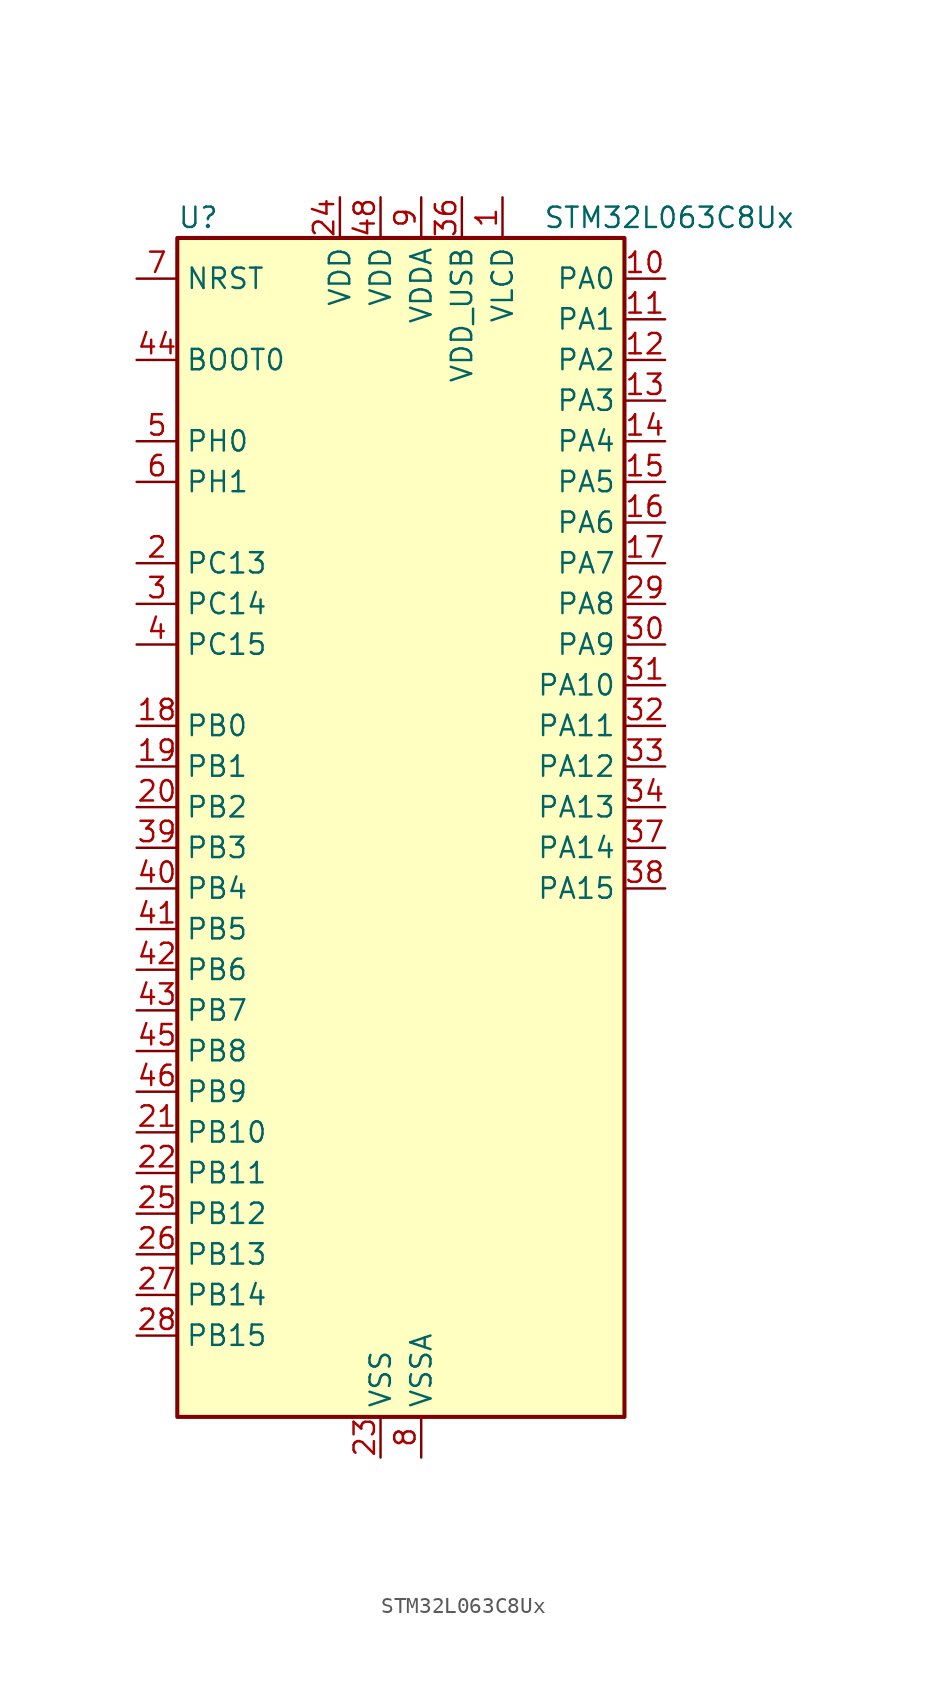
<source format=kicad_sym>
(kicad_symbol_lib
  (version 20220914)
  (generator kicad_symbol_editor)
  (symbol "STM32L063C8Ux"
    (property "Reference" "U"
      (at -12.7 39.37 0)
      (effects (font (size 1.27 1.27)) (justify left)))
    (property "Value" "STM32L063C8Ux"
      (at 10.16 39.37 0)
      (effects (font (size 1.27 1.27)) (justify left)))
    (property "ki_locked" ""
      (at 0 0 0)
      (effects (font (size 1.27 1.27))))
    (symbol "STM32L063C8Ux_0_1"
      (rectangle (start -12.7 -35.56) (end 15.24 38.1) (stroke (width 0.254) (type default)) (fill (type background))))
    (symbol "STM32L063C8Ux_1_1"
      (pin power_in line (at 7.62 40.64 270) (length 2.54) (name "VLCD" (effects (font (size 1.27 1.27)))) (number "1" (effects (font (size 1.27 1.27)))))
      (pin bidirectional line (at 17.78 35.56 180) (length 2.54) (name "PA0" (effects (font (size 1.27 1.27)))) (number "10" (effects (font (size 1.27 1.27)))) (alternate "ADC_IN0" bidirectional line) (alternate "COMP1_INM" bidirectional line) (alternate "COMP1_OUT" bidirectional line) (alternate "RTC_TAMP2" bidirectional line) (alternate "SYS_WKUP1" bidirectional line) (alternate "TIM2_CH1" bidirectional line) (alternate "TIM2_ETR" bidirectional line) (alternate "TSC_G1_IO1" bidirectional line) (alternate "USART2_CTS" bidirectional line))
      (pin bidirectional line (at 17.78 33.02 180) (length 2.54) (name "PA1" (effects (font (size 1.27 1.27)))) (number "11" (effects (font (size 1.27 1.27)))) (alternate "ADC_IN1" bidirectional line) (alternate "COMP1_INP" bidirectional line) (alternate "LCD_SEG0" bidirectional line) (alternate "TIM21_ETR" bidirectional line) (alternate "TIM2_CH2" bidirectional line) (alternate "TSC_G1_IO2" bidirectional line) (alternate "USART2_DE" bidirectional line) (alternate "USART2_RTS" bidirectional line))
      (pin bidirectional line (at 17.78 30.48 180) (length 2.54) (name "PA2" (effects (font (size 1.27 1.27)))) (number "12" (effects (font (size 1.27 1.27)))) (alternate "ADC_IN2" bidirectional line) (alternate "COMP2_INM" bidirectional line) (alternate "COMP2_OUT" bidirectional line) (alternate "LCD_SEG1" bidirectional line) (alternate "TIM21_CH1" bidirectional line) (alternate "TIM2_CH3" bidirectional line) (alternate "TSC_G1_IO3" bidirectional line) (alternate "USART2_TX" bidirectional line))
      (pin bidirectional line (at 17.78 27.94 180) (length 2.54) (name "PA3" (effects (font (size 1.27 1.27)))) (number "13" (effects (font (size 1.27 1.27)))) (alternate "ADC_IN3" bidirectional line) (alternate "COMP2_INP" bidirectional line) (alternate "LCD_SEG2" bidirectional line) (alternate "TIM21_CH2" bidirectional line) (alternate "TIM2_CH4" bidirectional line) (alternate "TSC_G1_IO4" bidirectional line) (alternate "USART2_RX" bidirectional line))
      (pin bidirectional line (at 17.78 25.4 180) (length 2.54) (name "PA4" (effects (font (size 1.27 1.27)))) (number "14" (effects (font (size 1.27 1.27)))) (alternate "ADC_IN4" bidirectional line) (alternate "COMP1_INM" bidirectional line) (alternate "COMP2_INM" bidirectional line) (alternate "DAC_OUT1" bidirectional line) (alternate "SPI1_NSS" bidirectional line) (alternate "TIM22_ETR" bidirectional line) (alternate "TSC_G2_IO1" bidirectional line) (alternate "USART2_CK" bidirectional line))
      (pin bidirectional line (at 17.78 22.86 180) (length 2.54) (name "PA5" (effects (font (size 1.27 1.27)))) (number "15" (effects (font (size 1.27 1.27)))) (alternate "ADC_IN5" bidirectional line) (alternate "COMP1_INM" bidirectional line) (alternate "COMP2_INM" bidirectional line) (alternate "SPI1_SCK" bidirectional line) (alternate "TIM2_CH1" bidirectional line) (alternate "TIM2_ETR" bidirectional line) (alternate "TSC_G2_IO2" bidirectional line))
      (pin bidirectional line (at 17.78 20.32 180) (length 2.54) (name "PA6" (effects (font (size 1.27 1.27)))) (number "16" (effects (font (size 1.27 1.27)))) (alternate "ADC_IN6" bidirectional line) (alternate "COMP1_OUT" bidirectional line) (alternate "LCD_SEG3" bidirectional line) (alternate "LPUART1_CTS" bidirectional line) (alternate "SPI1_MISO" bidirectional line) (alternate "TIM22_CH1" bidirectional line) (alternate "TSC_G2_IO3" bidirectional line))
      (pin bidirectional line (at 17.78 17.78 180) (length 2.54) (name "PA7" (effects (font (size 1.27 1.27)))) (number "17" (effects (font (size 1.27 1.27)))) (alternate "ADC_IN7" bidirectional line) (alternate "COMP2_OUT" bidirectional line) (alternate "LCD_SEG4" bidirectional line) (alternate "SPI1_MOSI" bidirectional line) (alternate "TIM22_CH2" bidirectional line) (alternate "TSC_G2_IO4" bidirectional line))
      (pin bidirectional line (at -15.24 7.62 0) (length 2.54) (name "PB0" (effects (font (size 1.27 1.27)))) (number "18" (effects (font (size 1.27 1.27)))) (alternate "ADC_IN8" bidirectional line) (alternate "LCD_SEG5" bidirectional line) (alternate "LCD_VLCD3" bidirectional line) (alternate "SYS_VREF_OUT_PB0" bidirectional line) (alternate "TSC_G3_IO2" bidirectional line))
      (pin bidirectional line (at -15.24 5.08 0) (length 2.54) (name "PB1" (effects (font (size 1.27 1.27)))) (number "19" (effects (font (size 1.27 1.27)))) (alternate "ADC_IN9" bidirectional line) (alternate "LCD_SEG6" bidirectional line) (alternate "LPUART1_DE" bidirectional line) (alternate "LPUART1_RTS" bidirectional line) (alternate "SYS_VREF_OUT_PB1" bidirectional line) (alternate "TSC_G3_IO3" bidirectional line))
      (pin bidirectional line (at -15.24 17.78 0) (length 2.54) (name "PC13" (effects (font (size 1.27 1.27)))) (number "2" (effects (font (size 1.27 1.27)))) (alternate "RTC_OUT_ALARM" bidirectional line) (alternate "RTC_OUT_CALIB" bidirectional line) (alternate "RTC_TAMP1" bidirectional line) (alternate "RTC_TS" bidirectional line) (alternate "SYS_WKUP2" bidirectional line))
      (pin bidirectional line (at -15.24 2.54 0) (length 2.54) (name "PB2" (effects (font (size 1.27 1.27)))) (number "20" (effects (font (size 1.27 1.27)))) (alternate "LCD_VLCD1" bidirectional line) (alternate "LPTIM1_OUT" bidirectional line) (alternate "TSC_G3_IO4" bidirectional line))
      (pin bidirectional line (at -15.24 -17.78 0) (length 2.54) (name "PB10" (effects (font (size 1.27 1.27)))) (number "21" (effects (font (size 1.27 1.27)))) (alternate "I2C2_SCL" bidirectional line) (alternate "LCD_SEG10" bidirectional line) (alternate "LPUART1_TX" bidirectional line) (alternate "SPI2_SCK" bidirectional line) (alternate "TIM2_CH3" bidirectional line) (alternate "TSC_SYNC" bidirectional line))
      (pin bidirectional line (at -15.24 -20.32 0) (length 2.54) (name "PB11" (effects (font (size 1.27 1.27)))) (number "22" (effects (font (size 1.27 1.27)))) (alternate "ADC_EXTI11" bidirectional line) (alternate "I2C2_SDA" bidirectional line) (alternate "LCD_SEG11" bidirectional line) (alternate "LPUART1_RX" bidirectional line) (alternate "TIM2_CH4" bidirectional line) (alternate "TSC_G6_IO1" bidirectional line))
      (pin power_in line (at 0 -38.1 90) (length 2.54) (name "VSS" (effects (font (size 1.27 1.27)))) (number "23" (effects (font (size 1.27 1.27)))))
      (pin power_in line (at -2.54 40.64 270) (length 2.54) (name "VDD" (effects (font (size 1.27 1.27)))) (number "24" (effects (font (size 1.27 1.27)))))
      (pin bidirectional line (at -15.24 -22.86 0) (length 2.54) (name "PB12" (effects (font (size 1.27 1.27)))) (number "25" (effects (font (size 1.27 1.27)))) (alternate "I2S2_WS" bidirectional line) (alternate "LCD_SEG12" bidirectional line) (alternate "LCD_VLCD2" bidirectional line) (alternate "LPUART1_DE" bidirectional line) (alternate "LPUART1_RTS" bidirectional line) (alternate "SPI2_NSS" bidirectional line) (alternate "TSC_G6_IO2" bidirectional line))
      (pin bidirectional line (at -15.24 -25.4 0) (length 2.54) (name "PB13" (effects (font (size 1.27 1.27)))) (number "26" (effects (font (size 1.27 1.27)))) (alternate "I2C2_SCL" bidirectional line) (alternate "I2S2_CK" bidirectional line) (alternate "LCD_SEG13" bidirectional line) (alternate "LPUART1_CTS" bidirectional line) (alternate "SPI2_SCK" bidirectional line) (alternate "TIM21_CH1" bidirectional line) (alternate "TSC_G6_IO3" bidirectional line))
      (pin bidirectional line (at -15.24 -27.94 0) (length 2.54) (name "PB14" (effects (font (size 1.27 1.27)))) (number "27" (effects (font (size 1.27 1.27)))) (alternate "I2C2_SDA" bidirectional line) (alternate "I2S2_MCK" bidirectional line) (alternate "LCD_SEG14" bidirectional line) (alternate "LPUART1_DE" bidirectional line) (alternate "LPUART1_RTS" bidirectional line) (alternate "RTC_OUT_ALARM" bidirectional line) (alternate "RTC_OUT_CALIB" bidirectional line) (alternate "SPI2_MISO" bidirectional line) (alternate "TIM21_CH2" bidirectional line) (alternate "TSC_G6_IO4" bidirectional line))
      (pin bidirectional line (at -15.24 -30.48 0) (length 2.54) (name "PB15" (effects (font (size 1.27 1.27)))) (number "28" (effects (font (size 1.27 1.27)))) (alternate "I2S2_SD" bidirectional line) (alternate "LCD_SEG15" bidirectional line) (alternate "RTC_REFIN" bidirectional line) (alternate "SPI2_MOSI" bidirectional line))
      (pin bidirectional line (at 17.78 15.24 180) (length 2.54) (name "PA8" (effects (font (size 1.27 1.27)))) (number "29" (effects (font (size 1.27 1.27)))) (alternate "CRS_SYNC" bidirectional line) (alternate "LCD_COM0" bidirectional line) (alternate "RCC_MCO" bidirectional line) (alternate "USART1_CK" bidirectional line))
      (pin bidirectional line (at -15.24 15.24 0) (length 2.54) (name "PC14" (effects (font (size 1.27 1.27)))) (number "3" (effects (font (size 1.27 1.27)))) (alternate "RCC_OSC32_IN" bidirectional line))
      (pin bidirectional line (at 17.78 12.7 180) (length 2.54) (name "PA9" (effects (font (size 1.27 1.27)))) (number "30" (effects (font (size 1.27 1.27)))) (alternate "DAC_EXTI9" bidirectional line) (alternate "LCD_COM1" bidirectional line) (alternate "RCC_MCO" bidirectional line) (alternate "TSC_G4_IO1" bidirectional line) (alternate "USART1_TX" bidirectional line))
      (pin bidirectional line (at 17.78 10.16 180) (length 2.54) (name "PA10" (effects (font (size 1.27 1.27)))) (number "31" (effects (font (size 1.27 1.27)))) (alternate "LCD_COM2" bidirectional line) (alternate "TSC_G4_IO2" bidirectional line) (alternate "USART1_RX" bidirectional line))
      (pin bidirectional line (at 17.78 7.62 180) (length 2.54) (name "PA11" (effects (font (size 1.27 1.27)))) (number "32" (effects (font (size 1.27 1.27)))) (alternate "ADC_EXTI11" bidirectional line) (alternate "COMP1_OUT" bidirectional line) (alternate "SPI1_MISO" bidirectional line) (alternate "TSC_G4_IO3" bidirectional line) (alternate "USART1_CTS" bidirectional line) (alternate "USB_DM" bidirectional line))
      (pin bidirectional line (at 17.78 5.08 180) (length 2.54) (name "PA12" (effects (font (size 1.27 1.27)))) (number "33" (effects (font (size 1.27 1.27)))) (alternate "COMP2_OUT" bidirectional line) (alternate "SPI1_MOSI" bidirectional line) (alternate "TSC_G4_IO4" bidirectional line) (alternate "USART1_DE" bidirectional line) (alternate "USART1_RTS" bidirectional line) (alternate "USB_DP" bidirectional line))
      (pin bidirectional line (at 17.78 2.54 180) (length 2.54) (name "PA13" (effects (font (size 1.27 1.27)))) (number "34" (effects (font (size 1.27 1.27)))) (alternate "SYS_SWDIO" bidirectional line) (alternate "USB_NOE" bidirectional line))
      (pin passive line (at 0 -38.1 90) (length 2.54) hide (name "VSS" (effects (font (size 1.27 1.27)))) (number "35" (effects (font (size 1.27 1.27)))))
      (pin power_in line (at 5.08 40.64 270) (length 2.54) (name "VDD_USB" (effects (font (size 1.27 1.27)))) (number "36" (effects (font (size 1.27 1.27)))))
      (pin bidirectional line (at 17.78 0 180) (length 2.54) (name "PA14" (effects (font (size 1.27 1.27)))) (number "37" (effects (font (size 1.27 1.27)))) (alternate "SYS_SWCLK" bidirectional line) (alternate "USART2_TX" bidirectional line))
      (pin bidirectional line (at 17.78 -2.54 180) (length 2.54) (name "PA15" (effects (font (size 1.27 1.27)))) (number "38" (effects (font (size 1.27 1.27)))) (alternate "LCD_SEG17" bidirectional line) (alternate "SPI1_NSS" bidirectional line) (alternate "TIM2_CH1" bidirectional line) (alternate "TIM2_ETR" bidirectional line) (alternate "USART2_RX" bidirectional line))
      (pin bidirectional line (at -15.24 0 0) (length 2.54) (name "PB3" (effects (font (size 1.27 1.27)))) (number "39" (effects (font (size 1.27 1.27)))) (alternate "COMP2_INM" bidirectional line) (alternate "LCD_SEG7" bidirectional line) (alternate "SPI1_SCK" bidirectional line) (alternate "TIM2_CH2" bidirectional line) (alternate "TSC_G5_IO1" bidirectional line))
      (pin bidirectional line (at -15.24 12.7 0) (length 2.54) (name "PC15" (effects (font (size 1.27 1.27)))) (number "4" (effects (font (size 1.27 1.27)))) (alternate "RCC_OSC32_OUT" bidirectional line))
      (pin bidirectional line (at -15.24 -2.54 0) (length 2.54) (name "PB4" (effects (font (size 1.27 1.27)))) (number "40" (effects (font (size 1.27 1.27)))) (alternate "COMP2_INP" bidirectional line) (alternate "LCD_SEG8" bidirectional line) (alternate "SPI1_MISO" bidirectional line) (alternate "TIM22_CH1" bidirectional line) (alternate "TSC_G5_IO2" bidirectional line))
      (pin bidirectional line (at -15.24 -5.08 0) (length 2.54) (name "PB5" (effects (font (size 1.27 1.27)))) (number "41" (effects (font (size 1.27 1.27)))) (alternate "COMP2_INP" bidirectional line) (alternate "I2C1_SMBA" bidirectional line) (alternate "LCD_SEG9" bidirectional line) (alternate "LPTIM1_IN1" bidirectional line) (alternate "SPI1_MOSI" bidirectional line) (alternate "TIM22_CH2" bidirectional line))
      (pin bidirectional line (at -15.24 -7.62 0) (length 2.54) (name "PB6" (effects (font (size 1.27 1.27)))) (number "42" (effects (font (size 1.27 1.27)))) (alternate "COMP2_INP" bidirectional line) (alternate "I2C1_SCL" bidirectional line) (alternate "LPTIM1_ETR" bidirectional line) (alternate "TSC_G5_IO3" bidirectional line) (alternate "USART1_TX" bidirectional line))
      (pin bidirectional line (at -15.24 -10.16 0) (length 2.54) (name "PB7" (effects (font (size 1.27 1.27)))) (number "43" (effects (font (size 1.27 1.27)))) (alternate "COMP2_INP" bidirectional line) (alternate "I2C1_SDA" bidirectional line) (alternate "LPTIM1_IN2" bidirectional line) (alternate "SYS_PVD_IN" bidirectional line) (alternate "TSC_G5_IO4" bidirectional line) (alternate "USART1_RX" bidirectional line))
      (pin input line (at -15.24 30.48 0) (length 2.54) (name "BOOT0" (effects (font (size 1.27 1.27)))) (number "44" (effects (font (size 1.27 1.27)))))
      (pin bidirectional line (at -15.24 -12.7 0) (length 2.54) (name "PB8" (effects (font (size 1.27 1.27)))) (number "45" (effects (font (size 1.27 1.27)))) (alternate "I2C1_SCL" bidirectional line) (alternate "LCD_SEG16" bidirectional line) (alternate "TSC_SYNC" bidirectional line))
      (pin bidirectional line (at -15.24 -15.24 0) (length 2.54) (name "PB9" (effects (font (size 1.27 1.27)))) (number "46" (effects (font (size 1.27 1.27)))) (alternate "DAC_EXTI9" bidirectional line) (alternate "I2C1_SDA" bidirectional line) (alternate "I2S2_WS" bidirectional line) (alternate "LCD_COM3" bidirectional line) (alternate "SPI2_NSS" bidirectional line))
      (pin passive line (at 0 -38.1 90) (length 2.54) hide (name "VSS" (effects (font (size 1.27 1.27)))) (number "47" (effects (font (size 1.27 1.27)))))
      (pin power_in line (at 0 40.64 270) (length 2.54) (name "VDD" (effects (font (size 1.27 1.27)))) (number "48" (effects (font (size 1.27 1.27)))))
      (pin passive line (at 0 -38.1 90) (length 2.54) hide (name "VSS" (effects (font (size 1.27 1.27)))) (number "49" (effects (font (size 1.27 1.27)))))
      (pin bidirectional line (at -15.24 25.4 0) (length 2.54) (name "PH0" (effects (font (size 1.27 1.27)))) (number "5" (effects (font (size 1.27 1.27)))) (alternate "CRS_SYNC" bidirectional line) (alternate "RCC_OSC_IN" bidirectional line))
      (pin bidirectional line (at -15.24 22.86 0) (length 2.54) (name "PH1" (effects (font (size 1.27 1.27)))) (number "6" (effects (font (size 1.27 1.27)))) (alternate "RCC_OSC_OUT" bidirectional line))
      (pin input line (at -15.24 35.56 0) (length 2.54) (name "NRST" (effects (font (size 1.27 1.27)))) (number "7" (effects (font (size 1.27 1.27)))))
      (pin power_in line (at 2.54 -38.1 90) (length 2.54) (name "VSSA" (effects (font (size 1.27 1.27)))) (number "8" (effects (font (size 1.27 1.27)))))
      (pin power_in line (at 2.54 40.64 270) (length 2.54) (name "VDDA" (effects (font (size 1.27 1.27)))) (number "9" (effects (font (size 1.27 1.27))))))))
</source>
